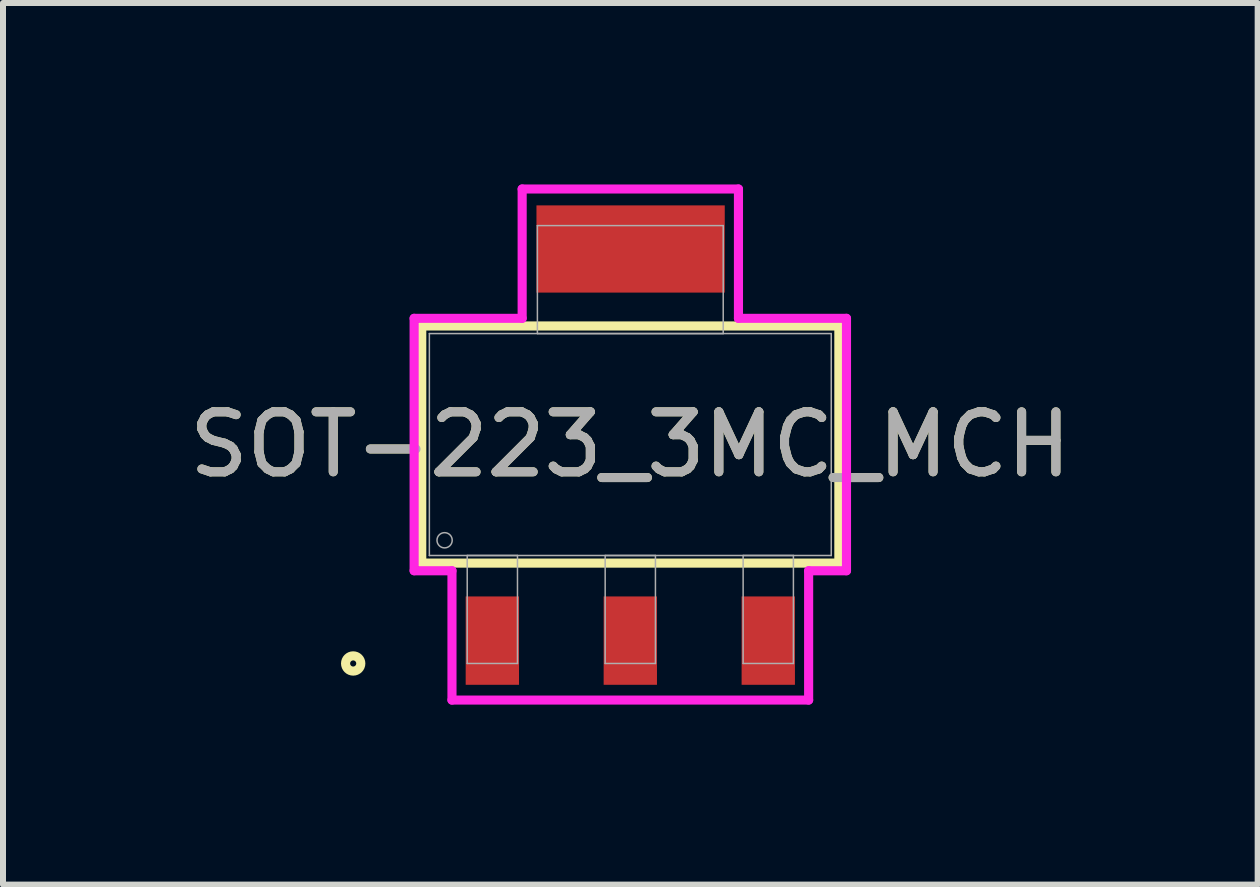
<source format=kicad_pcb>
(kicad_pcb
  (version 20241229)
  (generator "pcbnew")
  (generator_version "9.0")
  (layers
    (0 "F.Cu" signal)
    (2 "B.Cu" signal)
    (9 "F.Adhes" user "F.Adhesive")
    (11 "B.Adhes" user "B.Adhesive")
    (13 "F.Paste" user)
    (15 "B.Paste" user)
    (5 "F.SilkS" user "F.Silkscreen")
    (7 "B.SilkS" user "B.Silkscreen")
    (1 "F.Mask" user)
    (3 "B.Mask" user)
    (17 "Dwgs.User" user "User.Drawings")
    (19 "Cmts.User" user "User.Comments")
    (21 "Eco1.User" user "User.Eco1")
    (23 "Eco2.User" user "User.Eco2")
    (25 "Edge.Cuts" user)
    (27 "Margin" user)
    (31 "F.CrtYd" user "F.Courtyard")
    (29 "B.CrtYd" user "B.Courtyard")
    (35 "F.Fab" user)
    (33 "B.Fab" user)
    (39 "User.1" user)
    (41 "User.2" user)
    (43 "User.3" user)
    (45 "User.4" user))
  (footprint "SOT-223_3MC_MCH"
    (layer "F.Cu")
    (at 7.458 4.361)
    (property "Reference" "SOT-223_3MC_MCH" (at 0 0 0) (unlocked yes) (layer "F.SilkS") (effects (font (size 1 1) (thickness 0.15))))
    (attr smd)
    (fp_poly (pts (xy 1.6 -4.361) (xy -1.6 -4.361) (xy -1.6 -2.177) (xy 1.6 -2.177)) (stroke (width 0) (type solid)) (fill yes) (layer "F.Mask"))
    (fp_line (start -3.477 -1.977) (end -3.477 1.977) (stroke (width 0.152) (type solid)) (layer "F.SilkS"))
    (fp_line (start -3.477 1.977) (end 3.477 1.977) (stroke (width 0.152) (type solid)) (layer "F.SilkS"))
    (fp_line (start 3.477 -1.977) (end -3.477 -1.977) (stroke (width 0.152) (type solid)) (layer "F.SilkS"))
    (fp_line (start 3.477 1.977) (end 3.477 -1.977) (stroke (width 0.152) (type solid)) (layer "F.SilkS"))
    (fp_circle (center -4.62 3.65) (end -4.493 3.65) (stroke (width 0.152) (type solid)) (fill no) (layer "F.SilkS"))
    (fp_poly (pts (xy 1.575 -4.006) (xy -1.575 -4.006) (xy -1.575 -2.532) (xy 1.575 -2.532)) (stroke (width 0) (type solid)) (fill yes) (layer "F.Paste"))
    (fp_line (start -3.604 -2.104) (end -1.803 -2.104) (stroke (width 0.152) (type solid)) (layer "F.CrtYd"))
    (fp_line (start -3.604 2.104) (end -3.604 -2.104) (stroke (width 0.152) (type solid)) (layer "F.CrtYd"))
    (fp_line (start -2.973 2.104) (end -3.604 2.104) (stroke (width 0.152) (type solid)) (layer "F.CrtYd"))
    (fp_line (start -2.973 4.26) (end -2.973 2.104) (stroke (width 0.152) (type solid)) (layer "F.CrtYd"))
    (fp_line (start -1.803 -4.26) (end 1.803 -4.26) (stroke (width 0.152) (type solid)) (layer "F.CrtYd"))
    (fp_line (start -1.803 -2.104) (end -1.803 -4.26) (stroke (width 0.152) (type solid)) (layer "F.CrtYd"))
    (fp_line (start 1.803 -4.26) (end 1.803 -2.104) (stroke (width 0.152) (type solid)) (layer "F.CrtYd"))
    (fp_line (start 1.803 -2.104) (end 3.604 -2.104) (stroke (width 0.152) (type solid)) (layer "F.CrtYd"))
    (fp_line (start 2.973 2.104) (end 2.973 4.26) (stroke (width 0.152) (type solid)) (layer "F.CrtYd"))
    (fp_line (start 2.973 4.26) (end -2.973 4.26) (stroke (width 0.152) (type solid)) (layer "F.CrtYd"))
    (fp_line (start 3.604 -2.104) (end 3.604 2.104) (stroke (width 0.152) (type solid)) (layer "F.CrtYd"))
    (fp_line (start 3.604 2.104) (end 2.973 2.104) (stroke (width 0.152) (type solid)) (layer "F.CrtYd"))
    (fp_line (start -3.35 -1.85) (end -3.35 1.85) (stroke (width 0.025) (type solid)) (layer "F.Fab"))
    (fp_line (start -3.35 1.85) (end 3.35 1.85) (stroke (width 0.025) (type solid)) (layer "F.Fab"))
    (fp_line (start -2.719 1.85) (end -2.719 3.65) (stroke (width 0.025) (type solid)) (layer "F.Fab"))
    (fp_line (start -2.719 3.65) (end -1.881 3.65) (stroke (width 0.025) (type solid)) (layer "F.Fab"))
    (fp_line (start -1.881 1.85) (end -2.719 1.85) (stroke (width 0.025) (type solid)) (layer "F.Fab"))
    (fp_line (start -1.881 3.65) (end -1.881 1.85) (stroke (width 0.025) (type solid)) (layer "F.Fab"))
    (fp_line (start -1.549 -3.65) (end -1.549 -1.85) (stroke (width 0.025) (type solid)) (layer "F.Fab"))
    (fp_line (start -1.549 -1.85) (end 1.549 -1.85) (stroke (width 0.025) (type solid)) (layer "F.Fab"))
    (fp_line (start -0.419 1.85) (end -0.419 3.65) (stroke (width 0.025) (type solid)) (layer "F.Fab"))
    (fp_line (start -0.419 3.65) (end 0.419 3.65) (stroke (width 0.025) (type solid)) (layer "F.Fab"))
    (fp_line (start 0.419 1.85) (end -0.419 1.85) (stroke (width 0.025) (type solid)) (layer "F.Fab"))
    (fp_line (start 0.419 3.65) (end 0.419 1.85) (stroke (width 0.025) (type solid)) (layer "F.Fab"))
    (fp_line (start 1.549 -3.65) (end -1.549 -3.65) (stroke (width 0.025) (type solid)) (layer "F.Fab"))
    (fp_line (start 1.549 -1.85) (end 1.549 -3.65) (stroke (width 0.025) (type solid)) (layer "F.Fab"))
    (fp_line (start 1.881 1.85) (end 1.881 3.65) (stroke (width 0.025) (type solid)) (layer "F.Fab"))
    (fp_line (start 1.881 3.65) (end 2.719 3.65) (stroke (width 0.025) (type solid)) (layer "F.Fab"))
    (fp_line (start 2.719 1.85) (end 1.881 1.85) (stroke (width 0.025) (type solid)) (layer "F.Fab"))
    (fp_line (start 2.719 3.65) (end 2.719 1.85) (stroke (width 0.025) (type solid)) (layer "F.Fab"))
    (fp_line (start 3.35 -1.85) (end -3.35 -1.85) (stroke (width 0.025) (type solid)) (layer "F.Fab"))
    (fp_line (start 3.35 1.85) (end 3.35 -1.85) (stroke (width 0.025) (type solid)) (layer "F.Fab"))
    (fp_circle (center -3.096 1.596) (end -2.969 1.596) (stroke (width 0.025) (type solid)) (fill no) (layer "F.Fab"))
    (fp_text user "${REFERENCE}" (at 0 0 0) (unlocked yes) (layer "F.Fab") (effects (font (size 1 1) (thickness 0.15))))
    (pad "1" smd rect (at -2.3 3.269) (size 0.889 1.473) (layers "F.Cu" "F.Mask" "F.Paste"))
    (pad "2" smd rect (at 0 3.269) (size 0.889 1.473) (layers "F.Cu" "F.Mask" "F.Paste"))
    (pad "3" smd rect (at 2.3 3.269) (size 0.889 1.473) (layers "F.Cu" "F.Mask" "F.Paste"))
    (pad "4" smd rect (at 0.005 -3.26) (size 3.139 1.454) (layers "F.Cu" "F.Mask" "F.Paste")))
  (gr_rect
    (start -3 -3)
    (end 17.917 11.697)
    (stroke (width 0.1) (type default))
    (fill no)
    (layer "Edge.Cuts")))
</source>
